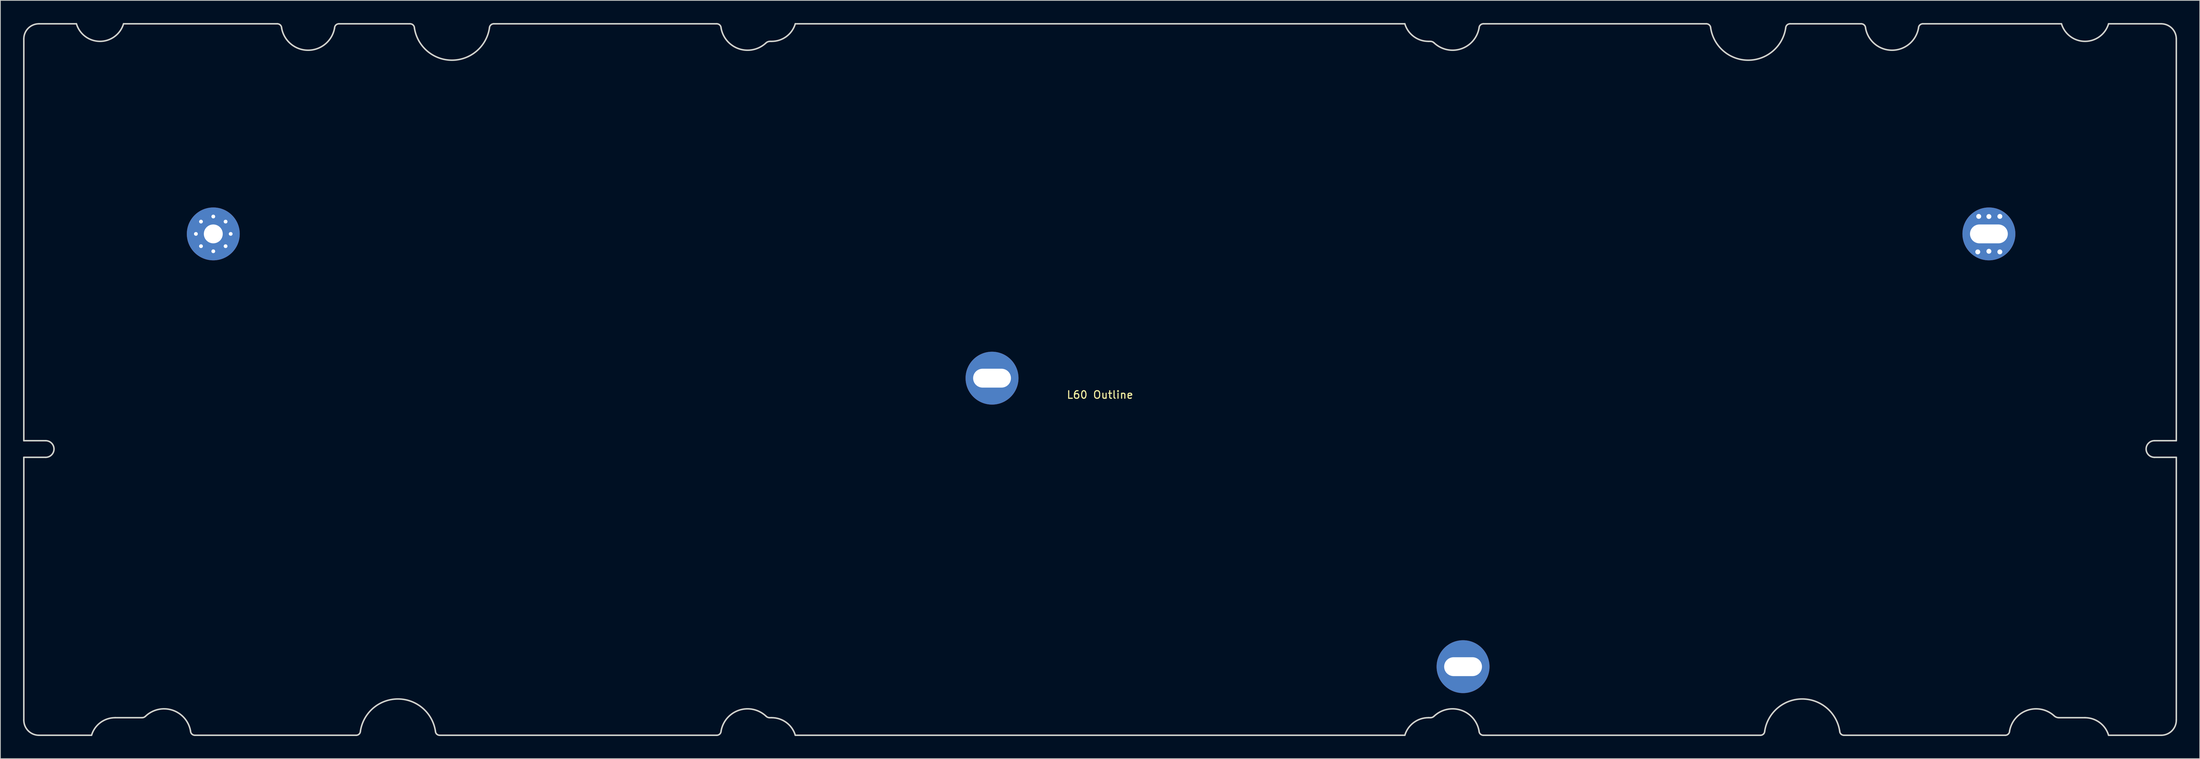
<source format=kicad_pcb>
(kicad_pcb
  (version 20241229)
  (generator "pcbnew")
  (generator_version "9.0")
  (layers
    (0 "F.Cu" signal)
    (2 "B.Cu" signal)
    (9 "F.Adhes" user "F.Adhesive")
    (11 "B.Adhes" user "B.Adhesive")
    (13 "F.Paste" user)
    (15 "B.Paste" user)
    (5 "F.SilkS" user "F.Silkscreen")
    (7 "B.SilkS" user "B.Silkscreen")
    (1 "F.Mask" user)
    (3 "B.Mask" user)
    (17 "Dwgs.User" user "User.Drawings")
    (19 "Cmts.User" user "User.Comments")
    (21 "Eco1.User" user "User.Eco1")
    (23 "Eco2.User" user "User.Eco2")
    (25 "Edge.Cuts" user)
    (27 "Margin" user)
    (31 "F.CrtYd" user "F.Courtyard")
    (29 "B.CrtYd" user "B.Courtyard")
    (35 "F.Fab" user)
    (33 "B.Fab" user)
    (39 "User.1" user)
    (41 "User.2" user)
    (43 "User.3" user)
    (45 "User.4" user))
  (footprint "L60 Outline"
    (layer "F.Cu")
    (at 142.442 49.725)
    (property "Reference" "L60 Outline" (at 0 -0.5 0) (unlocked yes) (layer "F.SilkS") (effects (font (size 1 1) (thickness 0.15))))
    (attr exclude_from_pos_files exclude_from_bom)
    (fp_line (start -142.342 -47.625) (end -142.342 5.575) (stroke (width 0.2) (type solid)) (layer "Edge.Cuts"))
    (fp_line (start -142.342 5.575) (end -139.449 5.575) (stroke (width 0.2) (type solid)) (layer "Edge.Cuts"))
    (fp_line (start -142.342 7.775) (end -142.342 42.575) (stroke (width 0.2) (type solid)) (layer "Edge.Cuts"))
    (fp_line (start -140.342 44.575) (end -133.383 44.575) (stroke (width 0.2) (type solid)) (layer "Edge.Cuts"))
    (fp_line (start -139.449 7.775) (end -142.342 7.775) (stroke (width 0.2) (type solid)) (layer "Edge.Cuts"))
    (fp_line (start -135.383 -49.625) (end -140.342 -49.625) (stroke (width 0.2) (type solid)) (layer "Edge.Cuts"))
    (fp_line (start -130.267 42.25) (end -126.692 42.25) (stroke (width 0.2) (type solid)) (layer "Edge.Cuts"))
    (fp_line (start -119.72 44.575) (end -98.376 44.575) (stroke (width 0.2) (type solid)) (layer "Edge.Cuts"))
    (fp_line (start -108.812 -49.625) (end -129.151 -49.625) (stroke (width 0.2) (type solid)) (layer "Edge.Cuts"))
    (fp_line (start -91.247 -49.625) (end -100.67 -49.625) (stroke (width 0.2) (type solid)) (layer "Edge.Cuts"))
    (fp_line (start -87.346 44.575) (end -50.688 44.575) (stroke (width 0.2) (type solid)) (layer "Edge.Cuts"))
    (fp_line (start -50.688 -49.625) (end -80.187 -49.625) (stroke (width 0.2) (type solid)) (layer "Edge.Cuts"))
    (fp_line (start -43.687 42.25) (end -43.417 42.25) (stroke (width 0.2) (type solid)) (layer "Edge.Cuts"))
    (fp_line (start -43.417 -47.3) (end -43.643 -47.3) (stroke (width 0.2) (type solid)) (layer "Edge.Cuts"))
    (fp_line (start -40.301 44.575) (end 40.317 44.575) (stroke (width 0.2) (type solid)) (layer "Edge.Cuts"))
    (fp_line (start 40.317 -49.625) (end -40.301 -49.625) (stroke (width 0.2) (type solid)) (layer "Edge.Cuts"))
    (fp_line (start 43.433 42.25) (end 43.701 42.25) (stroke (width 0.2) (type solid)) (layer "Edge.Cuts"))
    (fp_line (start 43.687 -47.3) (end 43.433 -47.3) (stroke (width 0.2) (type solid)) (layer "Edge.Cuts"))
    (fp_line (start 50.704 44.575) (end 87.362 44.575) (stroke (width 0.2) (type solid)) (layer "Edge.Cuts"))
    (fp_line (start 80.203 -49.625) (end 50.704 -49.625) (stroke (width 0.2) (type solid)) (layer "Edge.Cuts"))
    (fp_line (start 98.392 44.575) (end 119.736 44.575) (stroke (width 0.2) (type solid)) (layer "Edge.Cuts"))
    (fp_line (start 100.686 -49.625) (end 91.263 -49.625) (stroke (width 0.2) (type solid)) (layer "Edge.Cuts"))
    (fp_line (start 126.825 42.25) (end 130.282 42.25) (stroke (width 0.2) (type solid)) (layer "Edge.Cuts"))
    (fp_line (start 127.167 -49.625) (end 108.828 -49.625) (stroke (width 0.2) (type solid)) (layer "Edge.Cuts"))
    (fp_line (start 133.398 44.575) (end 140.358 44.575) (stroke (width 0.2) (type solid)) (layer "Edge.Cuts"))
    (fp_line (start 139.465 5.575) (end 142.358 5.575) (stroke (width 0.2) (type solid)) (layer "Edge.Cuts"))
    (fp_line (start 140.358 -49.625) (end 133.398 -49.625) (stroke (width 0.2) (type solid)) (layer "Edge.Cuts"))
    (fp_line (start 142.358 5.575) (end 142.358 -47.625) (stroke (width 0.2) (type solid)) (layer "Edge.Cuts"))
    (fp_line (start 142.358 7.775) (end 139.465 7.775) (stroke (width 0.2) (type solid)) (layer "Edge.Cuts"))
    (fp_line (start 142.358 42.575) (end 142.358 7.775) (stroke (width 0.2) (type solid)) (layer "Edge.Cuts"))
    (fp_arc (start -142.342492 -47.624993) (mid -141.756494 -49.038995) (end -140.342492 -49.624993) (stroke (width 0.2) (type solid)) (layer "Edge.Cuts"))
    (fp_arc (start -140.342492 44.575) (mid -141.756492 43.989) (end -142.342492 42.575) (stroke (width 0.2) (type solid)) (layer "Edge.Cuts"))
    (fp_arc (start -139.449495 5.574996) (mid -138.349492 6.674998) (end -139.449495 7.775) (stroke (width 0.2) (type solid)) (layer "Edge.Cuts"))
    (fp_arc (start -133.383493 44.575) (mid -132.211577 42.895063) (end -130.267492 42.249999) (stroke (width 0.2) (type solid)) (layer "Edge.Cuts"))
    (fp_arc (start -129.151494 -49.624993) (mid -132.267494 -47.299997) (end -135.383493 -49.624993) (stroke (width 0.2) (type solid)) (layer "Edge.Cuts"))
    (fp_arc (start -126.258493 42.069999) (mid -126.457636 42.203057) (end -126.692495 42.249999) (stroke (width 0.2) (type solid)) (layer "Edge.Cuts"))
    (fp_arc (start -126.258493 42.069999) (mid -122.695182 41.248101) (end -120.291494 44.004001) (stroke (width 0.2) (type solid)) (layer "Edge.Cuts"))
    (fp_arc (start -119.720495 44.575) (mid -120.124494 44.408) (end -120.291494 44.004001) (stroke (width 0.2) (type solid)) (layer "Edge.Cuts"))
    (fp_arc (start -108.812494 -49.624993) (mid -108.408491 -49.457997) (end -108.241495 -49.053994) (stroke (width 0.2) (type solid)) (layer "Edge.Cuts"))
    (fp_arc (start -101.241495 -49.053994) (mid -104.741495 -46.124993) (end -108.241495 -49.053994) (stroke (width 0.2) (type solid)) (layer "Edge.Cuts"))
    (fp_arc (start -101.241495 -49.053994) (mid -101.074499 -49.457997) (end -100.670495 -49.624993) (stroke (width 0.2) (type solid)) (layer "Edge.Cuts"))
    (fp_arc (start -97.820489 44.019) (mid -97.983494 44.412) (end -98.376497 44.575) (stroke (width 0.2) (type solid)) (layer "Edge.Cuts"))
    (fp_arc (start -97.820489 44.019) (mid -92.861489 39.770997) (end -87.90249 44.019) (stroke (width 0.2) (type solid)) (layer "Edge.Cuts"))
    (fp_arc (start -91.247491 -49.624993) (mid -90.843488 -49.457997) (end -90.676492 -49.053994) (stroke (width 0.2) (type solid)) (layer "Edge.Cuts"))
    (fp_arc (start -87.34649 44.575) (mid -87.739492 44.412002) (end -87.90249 44.019) (stroke (width 0.2) (type solid)) (layer "Edge.Cuts"))
    (fp_arc (start -80.758493 -49.053994) (mid -85.717493 -44.806002) (end -90.676492 -49.053994) (stroke (width 0.2) (type solid)) (layer "Edge.Cuts"))
    (fp_arc (start -80.758493 -49.053994) (mid -80.591497 -49.457997) (end -80.187494 -49.624993) (stroke (width 0.2) (type solid)) (layer "Edge.Cuts"))
    (fp_arc (start -50.688493 -49.624993) (mid -50.28449 -49.457997) (end -50.117494 -49.053994) (stroke (width 0.2) (type solid)) (layer "Edge.Cuts"))
    (fp_arc (start -50.117494 44.004001) (mid -50.284494 44.408) (end -50.688493 44.575) (stroke (width 0.2) (type solid)) (layer "Edge.Cuts"))
    (fp_arc (start -50.117494 44.004001) (mid -47.728134 41.253207) (end -44.172487 42.048999) (stroke (width 0.2) (type solid)) (layer "Edge.Cuts"))
    (fp_arc (start -44.20749 -47.066003) (mid -47.750885 -46.310792) (end -50.117494 -49.053994) (stroke (width 0.2) (type solid)) (layer "Edge.Cuts"))
    (fp_arc (start -44.20749 -47.066003) (mid -43.948694 -47.238922) (end -43.643495 -47.299996) (stroke (width 0.2) (type solid)) (layer "Edge.Cuts"))
    (fp_arc (start -43.687486 42.249999) (mid -43.95 42.197791) (end -44.172487 42.048999) (stroke (width 0.2) (type solid)) (layer "Edge.Cuts"))
    (fp_arc (start -43.417497 42.249999) (mid -41.473413 42.895062) (end -40.3015 44.575) (stroke (width 0.2) (type solid)) (layer "Edge.Cuts"))
    (fp_arc (start -40.3015 -49.624993) (mid -41.473416 -47.945061) (end -43.417497 -47.299996) (stroke (width 0.2) (type solid)) (layer "Edge.Cuts"))
    (fp_arc (start 40.316512 44.575) (mid 41.488417 42.895045) (end 43.432509 42.249999) (stroke (width 0.2) (type solid)) (layer "Edge.Cuts"))
    (fp_arc (start 43.432509 -47.299996) (mid 41.488413 -47.945042) (end 40.316512 -49.624993) (stroke (width 0.2) (type solid)) (layer "Edge.Cuts"))
    (fp_arc (start 43.686507 -47.299996) (mid 43.96414 -47.245135) (end 44.199507 -47.088006) (stroke (width 0.2) (type solid)) (layer "Edge.Cuts"))
    (fp_arc (start 44.189513 42.047) (mid 43.965045 42.196749) (end 43.700514 42.249999) (stroke (width 0.2) (type solid)) (layer "Edge.Cuts"))
    (fp_arc (start 44.189513 42.047) (mid 47.744676 41.253026) (end 50.132506 44.004001) (stroke (width 0.2) (type solid)) (layer "Edge.Cuts"))
    (fp_arc (start 50.132506 -49.053994) (mid 47.750924 -46.305819) (end 44.199507 -47.088006) (stroke (width 0.2) (type solid)) (layer "Edge.Cuts"))
    (fp_arc (start 50.132506 -49.053994) (mid 50.299511 -49.457988) (end 50.703505 -49.624993) (stroke (width 0.2) (type solid)) (layer "Edge.Cuts"))
    (fp_arc (start 50.703505 44.575) (mid 50.299509 44.407995) (end 50.132506 44.004001) (stroke (width 0.2) (type solid)) (layer "Edge.Cuts"))
    (fp_arc (start 80.202513 -49.624993) (mid 80.606494 -49.457981) (end 80.773512 -49.053994) (stroke (width 0.2) (type solid)) (layer "Edge.Cuts"))
    (fp_arc (start 87.91751 44.019) (mid 87.754516 44.412009) (end 87.36151 44.575) (stroke (width 0.2) (type solid)) (layer "Edge.Cuts"))
    (fp_arc (start 87.91751 44.019) (mid 92.87651 39.770997) (end 97.835509 44.019) (stroke (width 0.2) (type solid)) (layer "Edge.Cuts"))
    (fp_arc (start 90.691497 -49.053994) (mid 85.732505 -44.806004) (end 80.773512 -49.053994) (stroke (width 0.2) (type solid)) (layer "Edge.Cuts"))
    (fp_arc (start 90.691497 -49.053994) (mid 90.858507 -49.457997) (end 91.262511 -49.624993) (stroke (width 0.2) (type solid)) (layer "Edge.Cuts"))
    (fp_arc (start 98.391509 44.575) (mid 97.998498 44.412008) (end 97.835509 44.019) (stroke (width 0.2) (type solid)) (layer "Edge.Cuts"))
    (fp_arc (start 100.685515 -49.624993) (mid 101.089554 -49.458039) (end 101.256499 -49.053994) (stroke (width 0.2) (type solid)) (layer "Edge.Cuts"))
    (fp_arc (start 108.256499 -49.053994) (mid 104.756499 -46.124993) (end 101.256499 -49.053994) (stroke (width 0.2) (type solid)) (layer "Edge.Cuts"))
    (fp_arc (start 108.256499 -49.053994) (mid 108.423509 -49.457996) (end 108.827513 -49.624993) (stroke (width 0.2) (type solid)) (layer "Edge.Cuts"))
    (fp_arc (start 120.306517 44.004001) (mid 120.139505 44.408004) (end 119.735503 44.575) (stroke (width 0.2) (type solid)) (layer "Edge.Cuts"))
    (fp_arc (start 120.306517 44.004001) (mid 122.649454 41.268997) (end 126.179503 41.981997) (stroke (width 0.2) (type solid)) (layer "Edge.Cuts"))
    (fp_arc (start 126.825499 42.249999) (mid 126.475882 42.180158) (end 126.179503 41.981997) (stroke (width 0.2) (type solid)) (layer "Edge.Cuts"))
    (fp_arc (start 130.2825 42.249999) (mid 132.226569 42.895088) (end 133.398497 44.575) (stroke (width 0.2) (type solid)) (layer "Edge.Cuts"))
    (fp_arc (start 133.398497 -49.624993) (mid 130.2825 -47.299996) (end 127.166503 -49.624993) (stroke (width 0.2) (type solid)) (layer "Edge.Cuts"))
    (fp_arc (start 139.464507 7.775) (mid 138.3645 6.675) (end 139.464507 5.574996) (stroke (width 0.2) (type solid)) (layer "Edge.Cuts"))
    (fp_arc (start 140.357512 -49.624993) (mid 141.77151 -49.038997) (end 142.357512 -47.624993) (stroke (width 0.2) (type solid)) (layer "Edge.Cuts"))
    (fp_arc (start 142.357512 42.575) (mid 141.771521 43.989013) (end 140.357512 44.575) (stroke (width 0.2) (type solid)) (layer "Edge.Cuts"))
    (pad "1" thru_hole circle (at -119.581 -21.806) (size 1 1) (drill 0.5) (layers "*.Cu" "*.Mask"))
    (pad "1" thru_hole circle (at -118.908 -23.433) (size 1 1) (drill 0.5) (layers "*.Cu" "*.Mask"))
    (pad "1" thru_hole circle (at -118.908 -20.18) (size 1 1) (drill 0.5) (layers "*.Cu" "*.Mask"))
    (pad "1" thru_hole circle (at -117.281 -24.106) (size 1 1) (drill 0.5) (layers "*.Cu" "*.Mask"))
    (pad "1" thru_hole circle (at -117.281 -21.806) (size 7.001 7.001) (drill 2.499) (layers "*.Cu" "*.Mask"))
    (pad "1" thru_hole circle (at -117.281 -19.506) (size 1 1) (drill 0.5) (layers "*.Cu" "*.Mask"))
    (pad "1" thru_hole circle (at -115.655 -23.433) (size 1 1) (drill 0.5) (layers "*.Cu" "*.Mask"))
    (pad "1" thru_hole circle (at -115.655 -20.18) (size 1 1) (drill 0.5) (layers "*.Cu" "*.Mask"))
    (pad "1" thru_hole circle (at -114.981 -21.806) (size 1 1) (drill 0.5) (layers "*.Cu" "*.Mask"))
    (pad "1" thru_hole circle (at 117.569 -24.106) (size 1 1) (drill 0.65) (layers "*.Cu" "*.Mask"))
    (pad "1" thru_hole circle (at 117.569 -19.506) (size 1 1) (drill 0.65) (layers "*.Cu" "*.Mask"))
    (pad "2" thru_hole circle (at -14.281 -2.706) (size 7 7) (drill oval 5.001 2.499) (layers "*.Cu" "*.Mask"))
    (pad "3" thru_hole circle (at 48.019 35.494) (size 7 7) (drill oval 5.001 2.499) (layers "*.Cu" "*.Mask"))
    (pad "3" thru_hole circle (at 119.018 -19.424) (size 1 1) (drill 0.65) (layers "*.Cu" "*.Mask"))
    (pad "4" thru_hole circle (at 116.097 -19.424) (size 1 1) (drill 0.65) (layers "*.Cu" "*.Mask"))
    (pad "4" thru_hole circle (at 117.569 -21.806) (size 7 7) (drill oval 5.001 2.499) (layers "*.Cu" "*.Mask"))
    (pad "5" thru_hole circle (at 116.224 -24.123) (size 1 1) (drill 0.65) (layers "*.Cu" "*.Mask"))
    (pad "6" thru_hole circle (at 119.018 -24.123) (size 1 1) (drill 0.65) (layers "*.Cu" "*.Mask")))
  (gr_rect
    (start -3 -3)
    (end 287.9 97.4)
    (stroke (width 0.1) (type default))
    (fill no)
    (layer "Edge.Cuts")))
</source>
